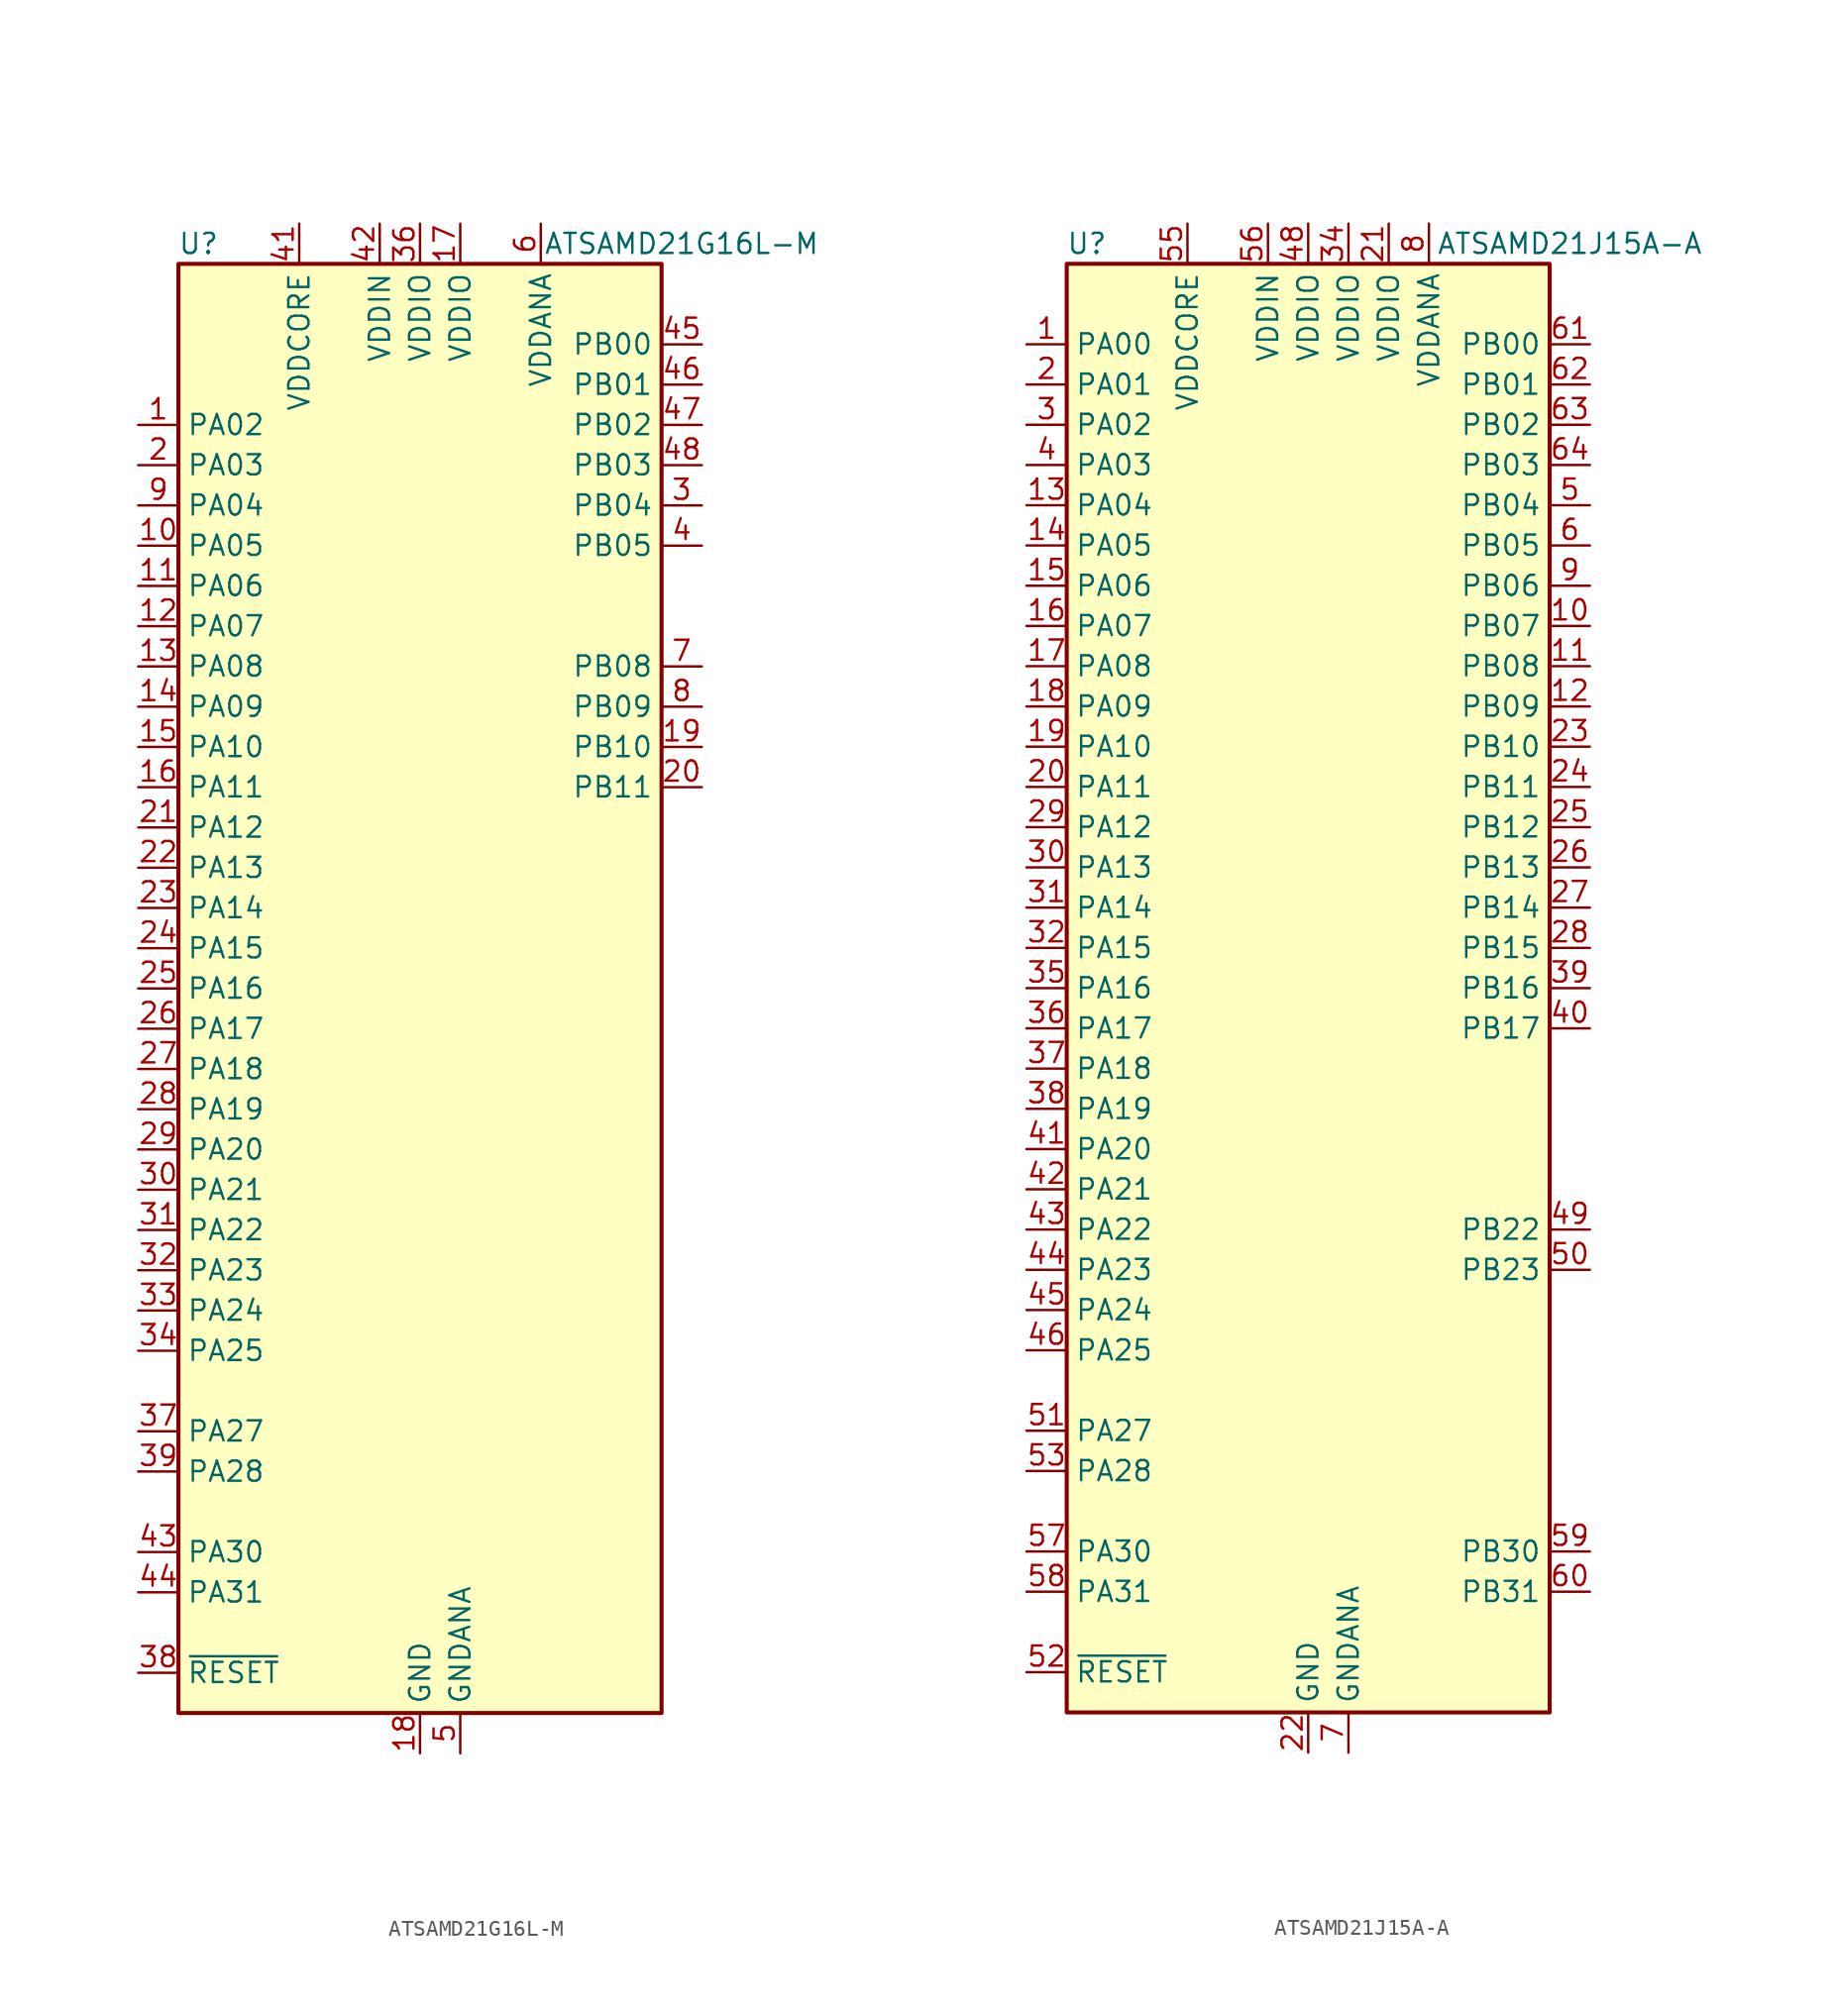
<source format=kicad_sym>
(kicad_symbol_lib
  (version 20211014)
  (generator kicad_symbol_editor)
  (symbol "ATSAMD21G16L-M"
    (property "Reference" "U"
      (at -13.97 46.99 0)
      (effects (font (size 1.27 1.27))))
    (property "Value" "ATSAMD21G16L-M"
      (at 16.51 46.99 0)
      (effects (font (size 1.27 1.27))))
    (symbol "ATSAMD21G16L-M_0_1"
      (rectangle (start -15.24 45.72) (end 15.24 -45.72) (stroke (width 0.254) (type default) (color 0 0 0 0)) (fill (type background))))
    (symbol "ATSAMD21G16L-M_1_1"
      (pin bidirectional line (at -17.78 35.56 0) (length 2.54) (name "PA02" (effects (font (size 1.27 1.27)))) (number "1" (effects (font (size 1.27 1.27)))))
      (pin bidirectional line (at -17.78 27.94 0) (length 2.54) (name "PA05" (effects (font (size 1.27 1.27)))) (number "10" (effects (font (size 1.27 1.27)))))
      (pin bidirectional line (at -17.78 25.4 0) (length 2.54) (name "PA06" (effects (font (size 1.27 1.27)))) (number "11" (effects (font (size 1.27 1.27)))))
      (pin bidirectional line (at -17.78 22.86 0) (length 2.54) (name "PA07" (effects (font (size 1.27 1.27)))) (number "12" (effects (font (size 1.27 1.27)))))
      (pin bidirectional line (at -17.78 20.32 0) (length 2.54) (name "PA08" (effects (font (size 1.27 1.27)))) (number "13" (effects (font (size 1.27 1.27)))))
      (pin bidirectional line (at -17.78 17.78 0) (length 2.54) (name "PA09" (effects (font (size 1.27 1.27)))) (number "14" (effects (font (size 1.27 1.27)))))
      (pin bidirectional line (at -17.78 15.24 0) (length 2.54) (name "PA10" (effects (font (size 1.27 1.27)))) (number "15" (effects (font (size 1.27 1.27)))))
      (pin bidirectional line (at -17.78 12.7 0) (length 2.54) (name "PA11" (effects (font (size 1.27 1.27)))) (number "16" (effects (font (size 1.27 1.27)))))
      (pin power_in line (at 2.54 48.26 270) (length 2.54) (name "VDDIO" (effects (font (size 1.27 1.27)))) (number "17" (effects (font (size 1.27 1.27)))))
      (pin power_in line (at 0 -48.26 90) (length 2.54) (name "GND" (effects (font (size 1.27 1.27)))) (number "18" (effects (font (size 1.27 1.27)))))
      (pin bidirectional line (at 17.78 15.24 180) (length 2.54) (name "PB10" (effects (font (size 1.27 1.27)))) (number "19" (effects (font (size 1.27 1.27)))))
      (pin bidirectional line (at -17.78 33.02 0) (length 2.54) (name "PA03" (effects (font (size 1.27 1.27)))) (number "2" (effects (font (size 1.27 1.27)))))
      (pin bidirectional line (at 17.78 12.7 180) (length 2.54) (name "PB11" (effects (font (size 1.27 1.27)))) (number "20" (effects (font (size 1.27 1.27)))))
      (pin bidirectional line (at -17.78 10.16 0) (length 2.54) (name "PA12" (effects (font (size 1.27 1.27)))) (number "21" (effects (font (size 1.27 1.27)))))
      (pin bidirectional line (at -17.78 7.62 0) (length 2.54) (name "PA13" (effects (font (size 1.27 1.27)))) (number "22" (effects (font (size 1.27 1.27)))))
      (pin bidirectional line (at -17.78 5.08 0) (length 2.54) (name "PA14" (effects (font (size 1.27 1.27)))) (number "23" (effects (font (size 1.27 1.27)))))
      (pin bidirectional line (at -17.78 2.54 0) (length 2.54) (name "PA15" (effects (font (size 1.27 1.27)))) (number "24" (effects (font (size 1.27 1.27)))))
      (pin bidirectional line (at -17.78 0 0) (length 2.54) (name "PA16" (effects (font (size 1.27 1.27)))) (number "25" (effects (font (size 1.27 1.27)))))
      (pin bidirectional line (at -17.78 -2.54 0) (length 2.54) (name "PA17" (effects (font (size 1.27 1.27)))) (number "26" (effects (font (size 1.27 1.27)))))
      (pin bidirectional line (at -17.78 -5.08 0) (length 2.54) (name "PA18" (effects (font (size 1.27 1.27)))) (number "27" (effects (font (size 1.27 1.27)))))
      (pin bidirectional line (at -17.78 -7.62 0) (length 2.54) (name "PA19" (effects (font (size 1.27 1.27)))) (number "28" (effects (font (size 1.27 1.27)))))
      (pin bidirectional line (at -17.78 -10.16 0) (length 2.54) (name "PA20" (effects (font (size 1.27 1.27)))) (number "29" (effects (font (size 1.27 1.27)))))
      (pin bidirectional line (at 17.78 30.48 180) (length 2.54) (name "PB04" (effects (font (size 1.27 1.27)))) (number "3" (effects (font (size 1.27 1.27)))))
      (pin bidirectional line (at -17.78 -12.7 0) (length 2.54) (name "PA21" (effects (font (size 1.27 1.27)))) (number "30" (effects (font (size 1.27 1.27)))))
      (pin bidirectional line (at -17.78 -15.24 0) (length 2.54) (name "PA22" (effects (font (size 1.27 1.27)))) (number "31" (effects (font (size 1.27 1.27)))))
      (pin bidirectional line (at -17.78 -17.78 0) (length 2.54) (name "PA23" (effects (font (size 1.27 1.27)))) (number "32" (effects (font (size 1.27 1.27)))))
      (pin bidirectional line (at -17.78 -20.32 0) (length 2.54) (name "PA24" (effects (font (size 1.27 1.27)))) (number "33" (effects (font (size 1.27 1.27)))))
      (pin bidirectional line (at -17.78 -22.86 0) (length 2.54) (name "PA25" (effects (font (size 1.27 1.27)))) (number "34" (effects (font (size 1.27 1.27)))))
      (pin passive line (at 0 -48.26 90) (length 2.54) hide (name "GND" (effects (font (size 1.27 1.27)))) (number "35" (effects (font (size 1.27 1.27)))))
      (pin power_in line (at 0 48.26 270) (length 2.54) (name "VDDIO" (effects (font (size 1.27 1.27)))) (number "36" (effects (font (size 1.27 1.27)))))
      (pin bidirectional line (at -17.78 -27.94 0) (length 2.54) (name "PA27" (effects (font (size 1.27 1.27)))) (number "37" (effects (font (size 1.27 1.27)))))
      (pin input line (at -17.78 -43.18 0) (length 2.54) (name "~{RESET}" (effects (font (size 1.27 1.27)))) (number "38" (effects (font (size 1.27 1.27)))))
      (pin bidirectional line (at -17.78 -30.48 0) (length 2.54) (name "PA28" (effects (font (size 1.27 1.27)))) (number "39" (effects (font (size 1.27 1.27)))))
      (pin bidirectional line (at 17.78 27.94 180) (length 2.54) (name "PB05" (effects (font (size 1.27 1.27)))) (number "4" (effects (font (size 1.27 1.27)))))
      (pin passive line (at 0 -48.26 90) (length 2.54) hide (name "GND" (effects (font (size 1.27 1.27)))) (number "40" (effects (font (size 1.27 1.27)))))
      (pin power_out line (at -7.62 48.26 270) (length 2.54) (name "VDDCORE" (effects (font (size 1.27 1.27)))) (number "41" (effects (font (size 1.27 1.27)))))
      (pin power_in line (at -2.54 48.26 270) (length 2.54) (name "VDDIN" (effects (font (size 1.27 1.27)))) (number "42" (effects (font (size 1.27 1.27)))))
      (pin bidirectional line (at -17.78 -35.56 0) (length 2.54) (name "PA30" (effects (font (size 1.27 1.27)))) (number "43" (effects (font (size 1.27 1.27)))))
      (pin bidirectional line (at -17.78 -38.1 0) (length 2.54) (name "PA31" (effects (font (size 1.27 1.27)))) (number "44" (effects (font (size 1.27 1.27)))))
      (pin bidirectional line (at 17.78 40.64 180) (length 2.54) (name "PB00" (effects (font (size 1.27 1.27)))) (number "45" (effects (font (size 1.27 1.27)))))
      (pin bidirectional line (at 17.78 38.1 180) (length 2.54) (name "PB01" (effects (font (size 1.27 1.27)))) (number "46" (effects (font (size 1.27 1.27)))))
      (pin bidirectional line (at 17.78 35.56 180) (length 2.54) (name "PB02" (effects (font (size 1.27 1.27)))) (number "47" (effects (font (size 1.27 1.27)))))
      (pin bidirectional line (at 17.78 33.02 180) (length 2.54) (name "PB03" (effects (font (size 1.27 1.27)))) (number "48" (effects (font (size 1.27 1.27)))))
      (pin no_connect line (at 15.24 -43.18 180) (length 2.54) hide (name "EP" (effects (font (size 1.27 1.27)))) (number "49" (effects (font (size 1.27 1.27)))))
      (pin power_in line (at 2.54 -48.26 90) (length 2.54) (name "GNDANA" (effects (font (size 1.27 1.27)))) (number "5" (effects (font (size 1.27 1.27)))))
      (pin power_in line (at 7.62 48.26 270) (length 2.54) (name "VDDANA" (effects (font (size 1.27 1.27)))) (number "6" (effects (font (size 1.27 1.27)))))
      (pin bidirectional line (at 17.78 20.32 180) (length 2.54) (name "PB08" (effects (font (size 1.27 1.27)))) (number "7" (effects (font (size 1.27 1.27)))))
      (pin bidirectional line (at 17.78 17.78 180) (length 2.54) (name "PB09" (effects (font (size 1.27 1.27)))) (number "8" (effects (font (size 1.27 1.27)))))
      (pin bidirectional line (at -17.78 30.48 0) (length 2.54) (name "PA04" (effects (font (size 1.27 1.27)))) (number "9" (effects (font (size 1.27 1.27)))))))
  (symbol "ATSAMD21J15A-A"
    (property "Reference" "U"
      (at -13.97 46.99 0)
      (effects (font (size 1.27 1.27))))
    (property "Value" "ATSAMD21J15A-A"
      (at 16.51 46.99 0)
      (effects (font (size 1.27 1.27))))
    (symbol "ATSAMD21J15A-A_0_1"
      (rectangle (start -15.24 45.72) (end 15.24 -45.72) (stroke (width 0.254) (type default) (color 0 0 0 0)) (fill (type background))))
    (symbol "ATSAMD21J15A-A_1_1"
      (pin bidirectional line (at -17.78 40.64 0) (length 2.54) (name "PA00" (effects (font (size 1.27 1.27)))) (number "1" (effects (font (size 1.27 1.27)))))
      (pin bidirectional line (at 17.78 22.86 180) (length 2.54) (name "PB07" (effects (font (size 1.27 1.27)))) (number "10" (effects (font (size 1.27 1.27)))))
      (pin bidirectional line (at 17.78 20.32 180) (length 2.54) (name "PB08" (effects (font (size 1.27 1.27)))) (number "11" (effects (font (size 1.27 1.27)))))
      (pin bidirectional line (at 17.78 17.78 180) (length 2.54) (name "PB09" (effects (font (size 1.27 1.27)))) (number "12" (effects (font (size 1.27 1.27)))))
      (pin bidirectional line (at -17.78 30.48 0) (length 2.54) (name "PA04" (effects (font (size 1.27 1.27)))) (number "13" (effects (font (size 1.27 1.27)))))
      (pin bidirectional line (at -17.78 27.94 0) (length 2.54) (name "PA05" (effects (font (size 1.27 1.27)))) (number "14" (effects (font (size 1.27 1.27)))))
      (pin bidirectional line (at -17.78 25.4 0) (length 2.54) (name "PA06" (effects (font (size 1.27 1.27)))) (number "15" (effects (font (size 1.27 1.27)))))
      (pin bidirectional line (at -17.78 22.86 0) (length 2.54) (name "PA07" (effects (font (size 1.27 1.27)))) (number "16" (effects (font (size 1.27 1.27)))))
      (pin bidirectional line (at -17.78 20.32 0) (length 2.54) (name "PA08" (effects (font (size 1.27 1.27)))) (number "17" (effects (font (size 1.27 1.27)))))
      (pin bidirectional line (at -17.78 17.78 0) (length 2.54) (name "PA09" (effects (font (size 1.27 1.27)))) (number "18" (effects (font (size 1.27 1.27)))))
      (pin bidirectional line (at -17.78 15.24 0) (length 2.54) (name "PA10" (effects (font (size 1.27 1.27)))) (number "19" (effects (font (size 1.27 1.27)))))
      (pin bidirectional line (at -17.78 38.1 0) (length 2.54) (name "PA01" (effects (font (size 1.27 1.27)))) (number "2" (effects (font (size 1.27 1.27)))))
      (pin bidirectional line (at -17.78 12.7 0) (length 2.54) (name "PA11" (effects (font (size 1.27 1.27)))) (number "20" (effects (font (size 1.27 1.27)))))
      (pin power_in line (at 5.08 48.26 270) (length 2.54) (name "VDDIO" (effects (font (size 1.27 1.27)))) (number "21" (effects (font (size 1.27 1.27)))))
      (pin power_in line (at 0 -48.26 90) (length 2.54) (name "GND" (effects (font (size 1.27 1.27)))) (number "22" (effects (font (size 1.27 1.27)))))
      (pin bidirectional line (at 17.78 15.24 180) (length 2.54) (name "PB10" (effects (font (size 1.27 1.27)))) (number "23" (effects (font (size 1.27 1.27)))))
      (pin bidirectional line (at 17.78 12.7 180) (length 2.54) (name "PB11" (effects (font (size 1.27 1.27)))) (number "24" (effects (font (size 1.27 1.27)))))
      (pin bidirectional line (at 17.78 10.16 180) (length 2.54) (name "PB12" (effects (font (size 1.27 1.27)))) (number "25" (effects (font (size 1.27 1.27)))))
      (pin bidirectional line (at 17.78 7.62 180) (length 2.54) (name "PB13" (effects (font (size 1.27 1.27)))) (number "26" (effects (font (size 1.27 1.27)))))
      (pin bidirectional line (at 17.78 5.08 180) (length 2.54) (name "PB14" (effects (font (size 1.27 1.27)))) (number "27" (effects (font (size 1.27 1.27)))))
      (pin bidirectional line (at 17.78 2.54 180) (length 2.54) (name "PB15" (effects (font (size 1.27 1.27)))) (number "28" (effects (font (size 1.27 1.27)))))
      (pin bidirectional line (at -17.78 10.16 0) (length 2.54) (name "PA12" (effects (font (size 1.27 1.27)))) (number "29" (effects (font (size 1.27 1.27)))))
      (pin bidirectional line (at -17.78 35.56 0) (length 2.54) (name "PA02" (effects (font (size 1.27 1.27)))) (number "3" (effects (font (size 1.27 1.27)))))
      (pin bidirectional line (at -17.78 7.62 0) (length 2.54) (name "PA13" (effects (font (size 1.27 1.27)))) (number "30" (effects (font (size 1.27 1.27)))))
      (pin bidirectional line (at -17.78 5.08 0) (length 2.54) (name "PA14" (effects (font (size 1.27 1.27)))) (number "31" (effects (font (size 1.27 1.27)))))
      (pin bidirectional line (at -17.78 2.54 0) (length 2.54) (name "PA15" (effects (font (size 1.27 1.27)))) (number "32" (effects (font (size 1.27 1.27)))))
      (pin passive line (at 0 -48.26 90) (length 2.54) hide (name "GND" (effects (font (size 1.27 1.27)))) (number "33" (effects (font (size 1.27 1.27)))))
      (pin power_in line (at 2.54 48.26 270) (length 2.54) (name "VDDIO" (effects (font (size 1.27 1.27)))) (number "34" (effects (font (size 1.27 1.27)))))
      (pin bidirectional line (at -17.78 0 0) (length 2.54) (name "PA16" (effects (font (size 1.27 1.27)))) (number "35" (effects (font (size 1.27 1.27)))))
      (pin bidirectional line (at -17.78 -2.54 0) (length 2.54) (name "PA17" (effects (font (size 1.27 1.27)))) (number "36" (effects (font (size 1.27 1.27)))))
      (pin bidirectional line (at -17.78 -5.08 0) (length 2.54) (name "PA18" (effects (font (size 1.27 1.27)))) (number "37" (effects (font (size 1.27 1.27)))))
      (pin bidirectional line (at -17.78 -7.62 0) (length 2.54) (name "PA19" (effects (font (size 1.27 1.27)))) (number "38" (effects (font (size 1.27 1.27)))))
      (pin bidirectional line (at 17.78 0 180) (length 2.54) (name "PB16" (effects (font (size 1.27 1.27)))) (number "39" (effects (font (size 1.27 1.27)))))
      (pin bidirectional line (at -17.78 33.02 0) (length 2.54) (name "PA03" (effects (font (size 1.27 1.27)))) (number "4" (effects (font (size 1.27 1.27)))))
      (pin bidirectional line (at 17.78 -2.54 180) (length 2.54) (name "PB17" (effects (font (size 1.27 1.27)))) (number "40" (effects (font (size 1.27 1.27)))))
      (pin bidirectional line (at -17.78 -10.16 0) (length 2.54) (name "PA20" (effects (font (size 1.27 1.27)))) (number "41" (effects (font (size 1.27 1.27)))))
      (pin bidirectional line (at -17.78 -12.7 0) (length 2.54) (name "PA21" (effects (font (size 1.27 1.27)))) (number "42" (effects (font (size 1.27 1.27)))))
      (pin bidirectional line (at -17.78 -15.24 0) (length 2.54) (name "PA22" (effects (font (size 1.27 1.27)))) (number "43" (effects (font (size 1.27 1.27)))))
      (pin bidirectional line (at -17.78 -17.78 0) (length 2.54) (name "PA23" (effects (font (size 1.27 1.27)))) (number "44" (effects (font (size 1.27 1.27)))))
      (pin bidirectional line (at -17.78 -20.32 0) (length 2.54) (name "PA24" (effects (font (size 1.27 1.27)))) (number "45" (effects (font (size 1.27 1.27)))))
      (pin bidirectional line (at -17.78 -22.86 0) (length 2.54) (name "PA25" (effects (font (size 1.27 1.27)))) (number "46" (effects (font (size 1.27 1.27)))))
      (pin passive line (at 0 -48.26 90) (length 2.54) hide (name "GND" (effects (font (size 1.27 1.27)))) (number "47" (effects (font (size 1.27 1.27)))))
      (pin power_in line (at 0 48.26 270) (length 2.54) (name "VDDIO" (effects (font (size 1.27 1.27)))) (number "48" (effects (font (size 1.27 1.27)))))
      (pin bidirectional line (at 17.78 -15.24 180) (length 2.54) (name "PB22" (effects (font (size 1.27 1.27)))) (number "49" (effects (font (size 1.27 1.27)))))
      (pin bidirectional line (at 17.78 30.48 180) (length 2.54) (name "PB04" (effects (font (size 1.27 1.27)))) (number "5" (effects (font (size 1.27 1.27)))))
      (pin bidirectional line (at 17.78 -17.78 180) (length 2.54) (name "PB23" (effects (font (size 1.27 1.27)))) (number "50" (effects (font (size 1.27 1.27)))))
      (pin bidirectional line (at -17.78 -27.94 0) (length 2.54) (name "PA27" (effects (font (size 1.27 1.27)))) (number "51" (effects (font (size 1.27 1.27)))))
      (pin input line (at -17.78 -43.18 0) (length 2.54) (name "~{RESET}" (effects (font (size 1.27 1.27)))) (number "52" (effects (font (size 1.27 1.27)))))
      (pin bidirectional line (at -17.78 -30.48 0) (length 2.54) (name "PA28" (effects (font (size 1.27 1.27)))) (number "53" (effects (font (size 1.27 1.27)))))
      (pin passive line (at 0 -48.26 90) (length 2.54) hide (name "GND" (effects (font (size 1.27 1.27)))) (number "54" (effects (font (size 1.27 1.27)))))
      (pin power_out line (at -7.62 48.26 270) (length 2.54) (name "VDDCORE" (effects (font (size 1.27 1.27)))) (number "55" (effects (font (size 1.27 1.27)))))
      (pin power_in line (at -2.54 48.26 270) (length 2.54) (name "VDDIN" (effects (font (size 1.27 1.27)))) (number "56" (effects (font (size 1.27 1.27)))))
      (pin bidirectional line (at -17.78 -35.56 0) (length 2.54) (name "PA30" (effects (font (size 1.27 1.27)))) (number "57" (effects (font (size 1.27 1.27)))))
      (pin bidirectional line (at -17.78 -38.1 0) (length 2.54) (name "PA31" (effects (font (size 1.27 1.27)))) (number "58" (effects (font (size 1.27 1.27)))))
      (pin bidirectional line (at 17.78 -35.56 180) (length 2.54) (name "PB30" (effects (font (size 1.27 1.27)))) (number "59" (effects (font (size 1.27 1.27)))))
      (pin bidirectional line (at 17.78 27.94 180) (length 2.54) (name "PB05" (effects (font (size 1.27 1.27)))) (number "6" (effects (font (size 1.27 1.27)))))
      (pin bidirectional line (at 17.78 -38.1 180) (length 2.54) (name "PB31" (effects (font (size 1.27 1.27)))) (number "60" (effects (font (size 1.27 1.27)))))
      (pin bidirectional line (at 17.78 40.64 180) (length 2.54) (name "PB00" (effects (font (size 1.27 1.27)))) (number "61" (effects (font (size 1.27 1.27)))))
      (pin bidirectional line (at 17.78 38.1 180) (length 2.54) (name "PB01" (effects (font (size 1.27 1.27)))) (number "62" (effects (font (size 1.27 1.27)))))
      (pin bidirectional line (at 17.78 35.56 180) (length 2.54) (name "PB02" (effects (font (size 1.27 1.27)))) (number "63" (effects (font (size 1.27 1.27)))))
      (pin bidirectional line (at 17.78 33.02 180) (length 2.54) (name "PB03" (effects (font (size 1.27 1.27)))) (number "64" (effects (font (size 1.27 1.27)))))
      (pin power_in line (at 2.54 -48.26 90) (length 2.54) (name "GNDANA" (effects (font (size 1.27 1.27)))) (number "7" (effects (font (size 1.27 1.27)))))
      (pin power_in line (at 7.62 48.26 270) (length 2.54) (name "VDDANA" (effects (font (size 1.27 1.27)))) (number "8" (effects (font (size 1.27 1.27)))))
      (pin bidirectional line (at 17.78 25.4 180) (length 2.54) (name "PB06" (effects (font (size 1.27 1.27)))) (number "9" (effects (font (size 1.27 1.27))))))))
</source>
